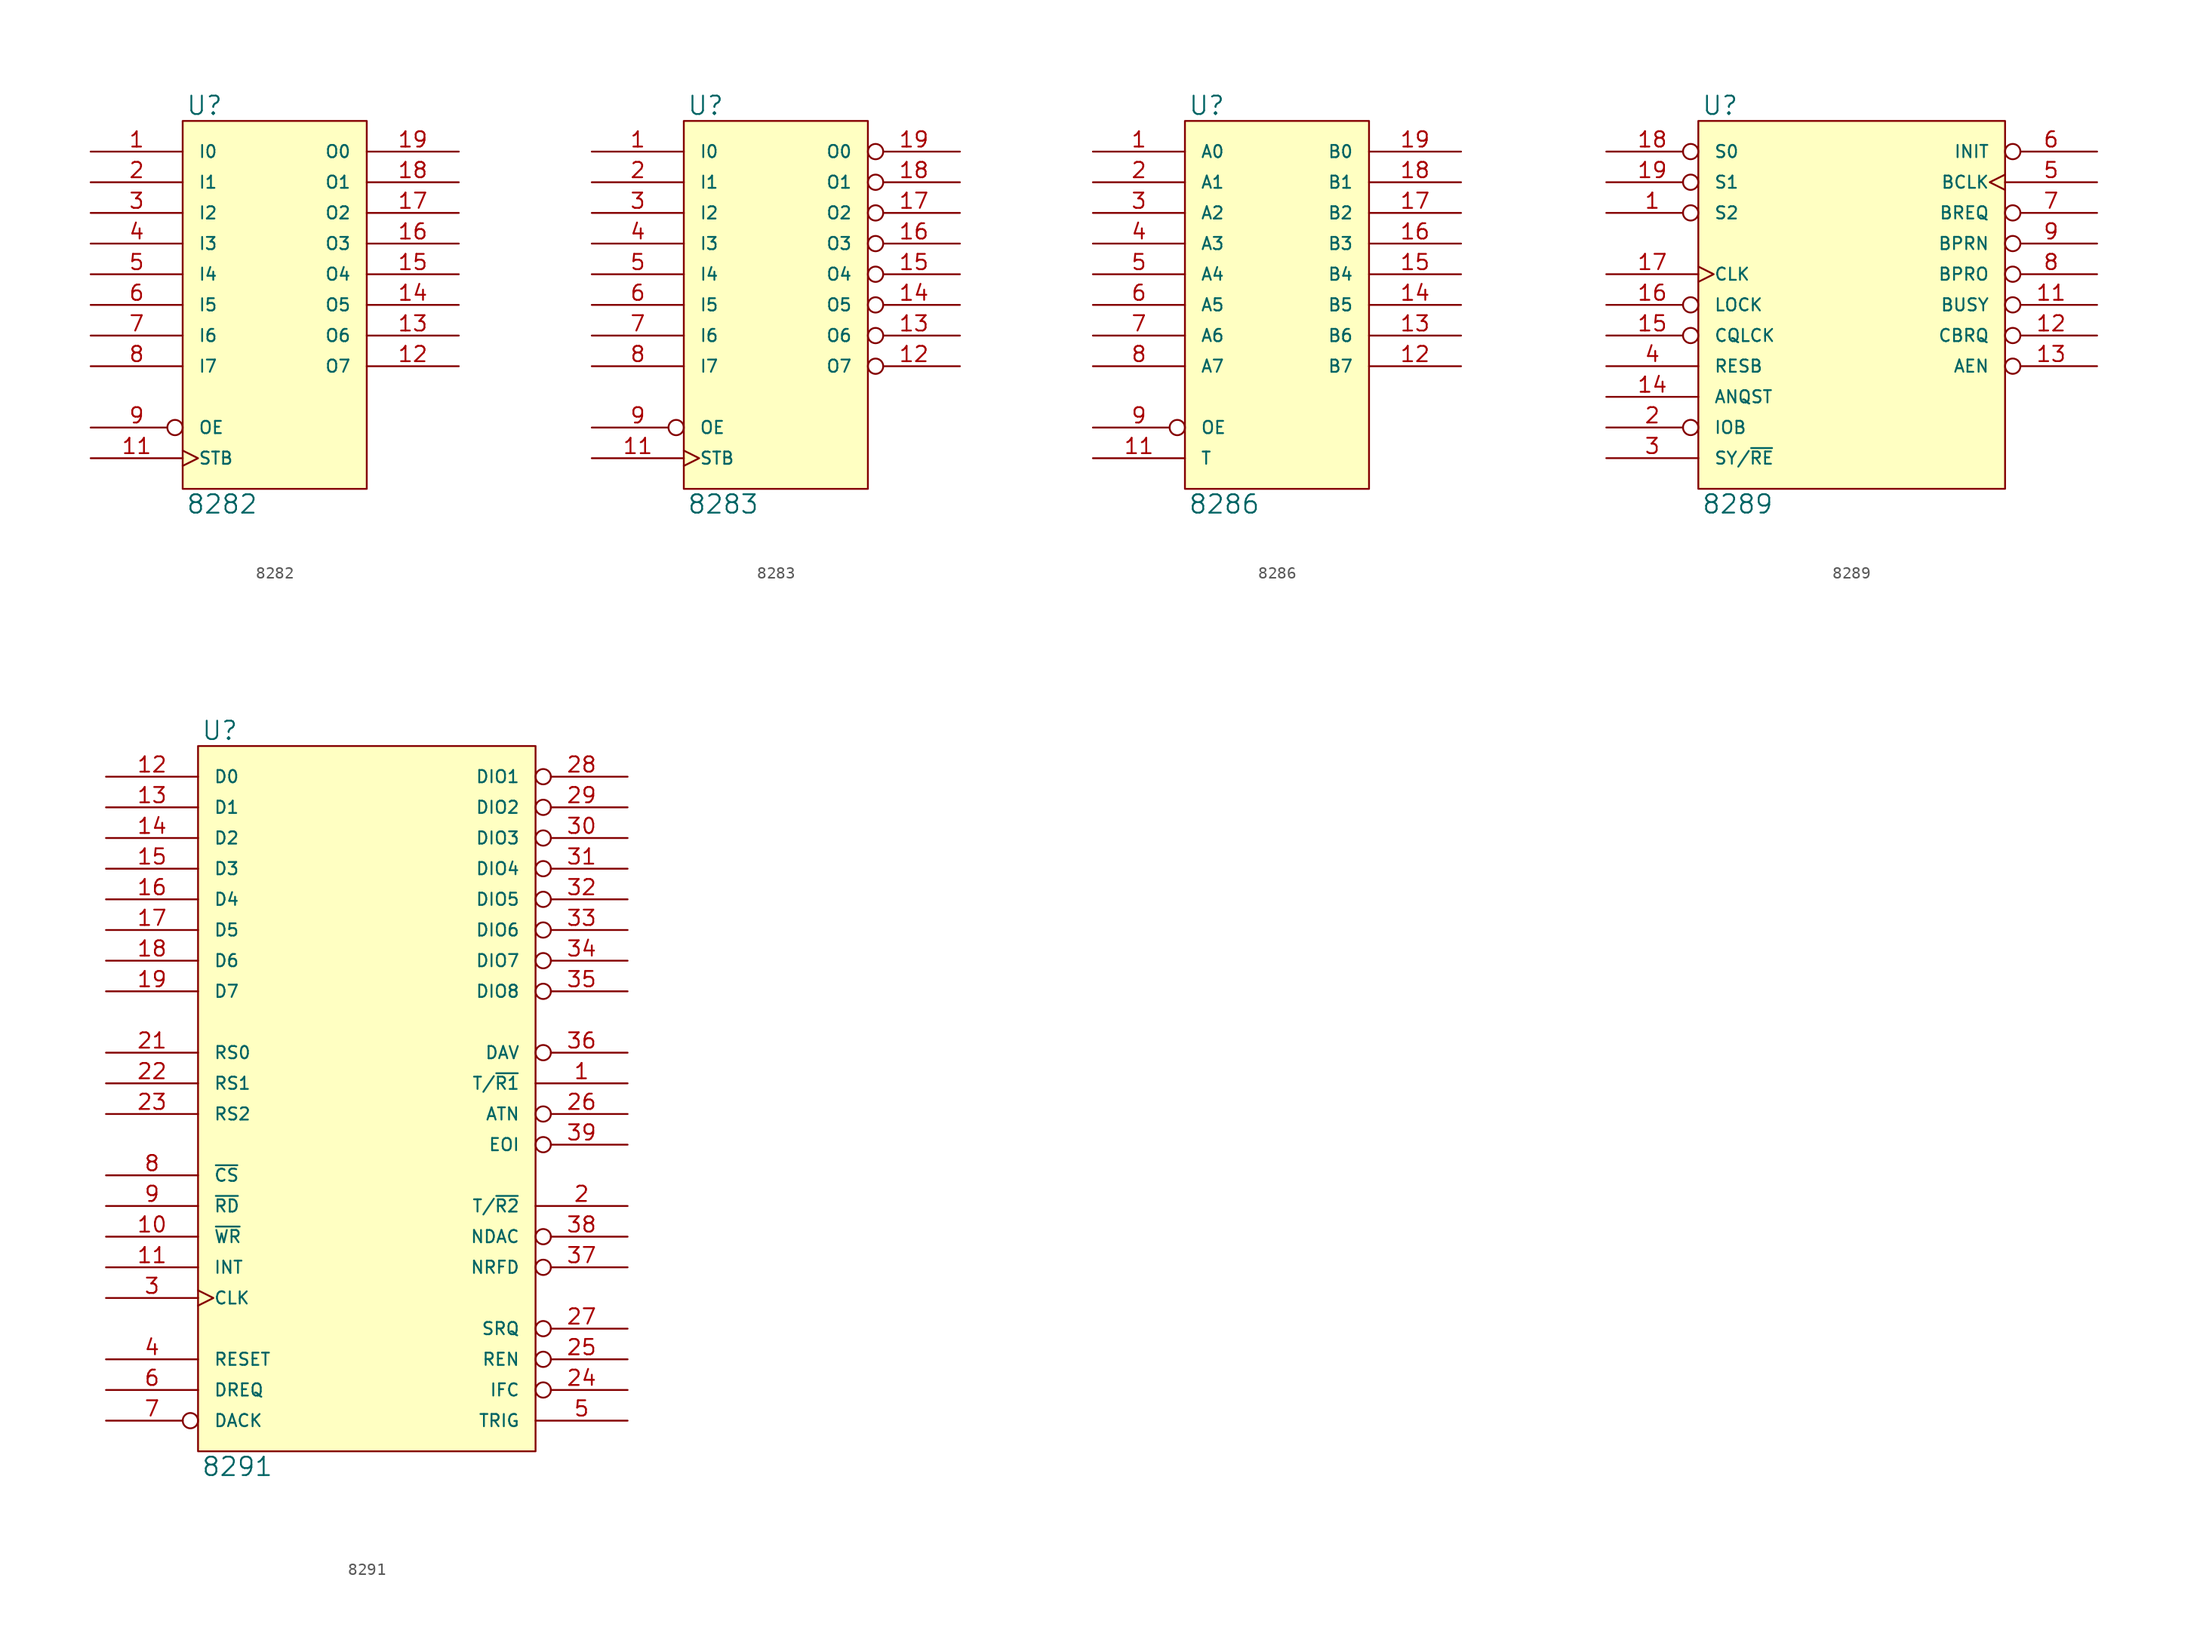
<source format=kicad_sym>
(kicad_symbol_lib
  (version 20231120)
  (generator "kicad_symbol_editor")
  (generator_version "8.0")
  (symbol "8282"
    (pin_names
      (offset 1.27))
    (property "Reference" "U"
      (at 0.254 0.381 0)
      (effects (font (size 1.524 1.524)) (justify left bottom)))
    (property "Value" "8282"
      (at 0.254 -30.861 0)
      (effects (font (size 1.524 1.524)) (justify left top)))
    (symbol "8282_0_1"
      (rectangle (start 0 0) (end 15.24 -30.48) (stroke (width 0) (type solid)) (fill (type background))))
    (symbol "8282_1_1"
      (pin input line (at -7.62 -2.54 0) (length 7.62) (name "I0" (effects (font (size 1.016 1.016)))) (number "1" (effects (font (size 1.27 1.27)))))
      (pin power_in line (at 0 -30.48 90) (length 0) hide (name "GND" (effects (font (size 1.016 1.016)))) (number "10" (effects (font (size 1.27 1.27)))))
      (pin input clock (at -7.62 -27.94 0) (length 7.62) (name "STB" (effects (font (size 1.016 1.016)))) (number "11" (effects (font (size 1.27 1.27)))))
      (pin output line (at 22.86 -20.32 180) (length 7.62) (name "O7" (effects (font (size 1.016 1.016)))) (number "12" (effects (font (size 1.27 1.27)))))
      (pin output line (at 22.86 -17.78 180) (length 7.62) (name "O6" (effects (font (size 1.016 1.016)))) (number "13" (effects (font (size 1.27 1.27)))))
      (pin output line (at 22.86 -15.24 180) (length 7.62) (name "O5" (effects (font (size 1.016 1.016)))) (number "14" (effects (font (size 1.27 1.27)))))
      (pin output line (at 22.86 -12.7 180) (length 7.62) (name "O4" (effects (font (size 1.016 1.016)))) (number "15" (effects (font (size 1.27 1.27)))))
      (pin output line (at 22.86 -10.16 180) (length 7.62) (name "O3" (effects (font (size 1.016 1.016)))) (number "16" (effects (font (size 1.27 1.27)))))
      (pin output line (at 22.86 -7.62 180) (length 7.62) (name "O2" (effects (font (size 1.016 1.016)))) (number "17" (effects (font (size 1.27 1.27)))))
      (pin output line (at 22.86 -5.08 180) (length 7.62) (name "O1" (effects (font (size 1.016 1.016)))) (number "18" (effects (font (size 1.27 1.27)))))
      (pin output line (at 22.86 -2.54 180) (length 7.62) (name "O0" (effects (font (size 1.016 1.016)))) (number "19" (effects (font (size 1.27 1.27)))))
      (pin input line (at -7.62 -5.08 0) (length 7.62) (name "I1" (effects (font (size 1.016 1.016)))) (number "2" (effects (font (size 1.27 1.27)))))
      (pin power_in line (at 0 0 270) (length 0) hide (name "VCC" (effects (font (size 1.016 1.016)))) (number "20" (effects (font (size 1.27 1.27)))))
      (pin input line (at -7.62 -7.62 0) (length 7.62) (name "I2" (effects (font (size 1.016 1.016)))) (number "3" (effects (font (size 1.27 1.27)))))
      (pin input line (at -7.62 -10.16 0) (length 7.62) (name "I3" (effects (font (size 1.016 1.016)))) (number "4" (effects (font (size 1.27 1.27)))))
      (pin input line (at -7.62 -12.7 0) (length 7.62) (name "I4" (effects (font (size 1.016 1.016)))) (number "5" (effects (font (size 1.27 1.27)))))
      (pin input line (at -7.62 -15.24 0) (length 7.62) (name "I5" (effects (font (size 1.016 1.016)))) (number "6" (effects (font (size 1.27 1.27)))))
      (pin input line (at -7.62 -17.78 0) (length 7.62) (name "I6" (effects (font (size 1.016 1.016)))) (number "7" (effects (font (size 1.27 1.27)))))
      (pin input line (at -7.62 -20.32 0) (length 7.62) (name "I7" (effects (font (size 1.016 1.016)))) (number "8" (effects (font (size 1.27 1.27)))))
      (pin input inverted (at -7.62 -25.4 0) (length 7.62) (name "OE" (effects (font (size 1.016 1.016)))) (number "9" (effects (font (size 1.27 1.27)))))))
  (symbol "8283"
    (pin_names
      (offset 1.27))
    (property "Reference" "U"
      (at 0.254 0.381 0)
      (effects (font (size 1.524 1.524)) (justify left bottom)))
    (property "Value" "8283"
      (at 0.254 -30.861 0)
      (effects (font (size 1.524 1.524)) (justify left top)))
    (symbol "8283_0_1"
      (rectangle (start 0 0) (end 15.24 -30.48) (stroke (width 0) (type solid)) (fill (type background))))
    (symbol "8283_1_1"
      (pin input line (at -7.62 -2.54 0) (length 7.62) (name "I0" (effects (font (size 1.016 1.016)))) (number "1" (effects (font (size 1.27 1.27)))))
      (pin power_in line (at 0 -30.48 90) (length 0) hide (name "GND" (effects (font (size 1.016 1.016)))) (number "10" (effects (font (size 1.27 1.27)))))
      (pin input clock (at -7.62 -27.94 0) (length 7.62) (name "STB" (effects (font (size 1.016 1.016)))) (number "11" (effects (font (size 1.27 1.27)))))
      (pin output inverted (at 22.86 -20.32 180) (length 7.62) (name "O7" (effects (font (size 1.016 1.016)))) (number "12" (effects (font (size 1.27 1.27)))))
      (pin output inverted (at 22.86 -17.78 180) (length 7.62) (name "O6" (effects (font (size 1.016 1.016)))) (number "13" (effects (font (size 1.27 1.27)))))
      (pin output inverted (at 22.86 -15.24 180) (length 7.62) (name "O5" (effects (font (size 1.016 1.016)))) (number "14" (effects (font (size 1.27 1.27)))))
      (pin output inverted (at 22.86 -12.7 180) (length 7.62) (name "O4" (effects (font (size 1.016 1.016)))) (number "15" (effects (font (size 1.27 1.27)))))
      (pin output inverted (at 22.86 -10.16 180) (length 7.62) (name "O3" (effects (font (size 1.016 1.016)))) (number "16" (effects (font (size 1.27 1.27)))))
      (pin output inverted (at 22.86 -7.62 180) (length 7.62) (name "O2" (effects (font (size 1.016 1.016)))) (number "17" (effects (font (size 1.27 1.27)))))
      (pin output inverted (at 22.86 -5.08 180) (length 7.62) (name "O1" (effects (font (size 1.016 1.016)))) (number "18" (effects (font (size 1.27 1.27)))))
      (pin output inverted (at 22.86 -2.54 180) (length 7.62) (name "O0" (effects (font (size 1.016 1.016)))) (number "19" (effects (font (size 1.27 1.27)))))
      (pin input line (at -7.62 -5.08 0) (length 7.62) (name "I1" (effects (font (size 1.016 1.016)))) (number "2" (effects (font (size 1.27 1.27)))))
      (pin power_in line (at 0 0 270) (length 0) hide (name "VCC" (effects (font (size 1.016 1.016)))) (number "20" (effects (font (size 1.27 1.27)))))
      (pin input line (at -7.62 -7.62 0) (length 7.62) (name "I2" (effects (font (size 1.016 1.016)))) (number "3" (effects (font (size 1.27 1.27)))))
      (pin input line (at -7.62 -10.16 0) (length 7.62) (name "I3" (effects (font (size 1.016 1.016)))) (number "4" (effects (font (size 1.27 1.27)))))
      (pin input line (at -7.62 -12.7 0) (length 7.62) (name "I4" (effects (font (size 1.016 1.016)))) (number "5" (effects (font (size 1.27 1.27)))))
      (pin input line (at -7.62 -15.24 0) (length 7.62) (name "I5" (effects (font (size 1.016 1.016)))) (number "6" (effects (font (size 1.27 1.27)))))
      (pin input line (at -7.62 -17.78 0) (length 7.62) (name "I6" (effects (font (size 1.016 1.016)))) (number "7" (effects (font (size 1.27 1.27)))))
      (pin input line (at -7.62 -20.32 0) (length 7.62) (name "I7" (effects (font (size 1.016 1.016)))) (number "8" (effects (font (size 1.27 1.27)))))
      (pin input inverted (at -7.62 -25.4 0) (length 7.62) (name "OE" (effects (font (size 1.016 1.016)))) (number "9" (effects (font (size 1.27 1.27)))))))
  (symbol "8286"
    (pin_names
      (offset 1.27))
    (property "Reference" "U"
      (at 0.254 0.381 0)
      (effects (font (size 1.524 1.524)) (justify left bottom)))
    (property "Value" "8286"
      (at 0.254 -30.861 0)
      (effects (font (size 1.524 1.524)) (justify left top)))
    (symbol "8286_0_1"
      (rectangle (start 0 0) (end 15.24 -30.48) (stroke (width 0) (type solid)) (fill (type background))))
    (symbol "8286_1_1"
      (pin input line (at -7.62 -2.54 0) (length 7.62) (name "A0" (effects (font (size 1.016 1.016)))) (number "1" (effects (font (size 1.27 1.27)))))
      (pin power_in line (at 0 -30.48 90) (length 0) hide (name "GND" (effects (font (size 1.016 1.016)))) (number "10" (effects (font (size 1.27 1.27)))))
      (pin input line (at -7.62 -27.94 0) (length 7.62) (name "T" (effects (font (size 1.016 1.016)))) (number "11" (effects (font (size 1.27 1.27)))))
      (pin output line (at 22.86 -20.32 180) (length 7.62) (name "B7" (effects (font (size 1.016 1.016)))) (number "12" (effects (font (size 1.27 1.27)))))
      (pin output line (at 22.86 -17.78 180) (length 7.62) (name "B6" (effects (font (size 1.016 1.016)))) (number "13" (effects (font (size 1.27 1.27)))))
      (pin output line (at 22.86 -15.24 180) (length 7.62) (name "B5" (effects (font (size 1.016 1.016)))) (number "14" (effects (font (size 1.27 1.27)))))
      (pin output line (at 22.86 -12.7 180) (length 7.62) (name "B4" (effects (font (size 1.016 1.016)))) (number "15" (effects (font (size 1.27 1.27)))))
      (pin output line (at 22.86 -10.16 180) (length 7.62) (name "B3" (effects (font (size 1.016 1.016)))) (number "16" (effects (font (size 1.27 1.27)))))
      (pin output line (at 22.86 -7.62 180) (length 7.62) (name "B2" (effects (font (size 1.016 1.016)))) (number "17" (effects (font (size 1.27 1.27)))))
      (pin output line (at 22.86 -5.08 180) (length 7.62) (name "B1" (effects (font (size 1.016 1.016)))) (number "18" (effects (font (size 1.27 1.27)))))
      (pin output line (at 22.86 -2.54 180) (length 7.62) (name "B0" (effects (font (size 1.016 1.016)))) (number "19" (effects (font (size 1.27 1.27)))))
      (pin input line (at -7.62 -5.08 0) (length 7.62) (name "A1" (effects (font (size 1.016 1.016)))) (number "2" (effects (font (size 1.27 1.27)))))
      (pin power_in line (at 0 0 270) (length 0) hide (name "VCC" (effects (font (size 1.016 1.016)))) (number "20" (effects (font (size 1.27 1.27)))))
      (pin input line (at -7.62 -7.62 0) (length 7.62) (name "A2" (effects (font (size 1.016 1.016)))) (number "3" (effects (font (size 1.27 1.27)))))
      (pin input line (at -7.62 -10.16 0) (length 7.62) (name "A3" (effects (font (size 1.016 1.016)))) (number "4" (effects (font (size 1.27 1.27)))))
      (pin input line (at -7.62 -12.7 0) (length 7.62) (name "A4" (effects (font (size 1.016 1.016)))) (number "5" (effects (font (size 1.27 1.27)))))
      (pin input line (at -7.62 -15.24 0) (length 7.62) (name "A5" (effects (font (size 1.016 1.016)))) (number "6" (effects (font (size 1.27 1.27)))))
      (pin input line (at -7.62 -17.78 0) (length 7.62) (name "A6" (effects (font (size 1.016 1.016)))) (number "7" (effects (font (size 1.27 1.27)))))
      (pin input line (at -7.62 -20.32 0) (length 7.62) (name "A7" (effects (font (size 1.016 1.016)))) (number "8" (effects (font (size 1.27 1.27)))))
      (pin input inverted (at -7.62 -25.4 0) (length 7.62) (name "OE" (effects (font (size 1.016 1.016)))) (number "9" (effects (font (size 1.27 1.27)))))))
  (symbol "8289"
    (pin_names
      (offset 1.27))
    (property "Reference" "U"
      (at 0.254 0.381 0)
      (effects (font (size 1.524 1.524)) (justify left bottom)))
    (property "Value" "8289"
      (at 0.254 -30.861 0)
      (effects (font (size 1.524 1.524)) (justify left top)))
    (symbol "8289_0_1"
      (rectangle (start 0 0) (end 25.4 -30.48) (stroke (width 0) (type solid)) (fill (type background))))
    (symbol "8289_1_1"
      (pin input inverted (at -7.62 -7.62 0) (length 7.62) (name "S2" (effects (font (size 1.016 1.016)))) (number "1" (effects (font (size 1.27 1.27)))))
      (pin power_in line (at 0 -30.48 90) (length 0) hide (name "GND" (effects (font (size 1.016 1.016)))) (number "10" (effects (font (size 1.27 1.27)))))
      (pin bidirectional inverted (at 33.02 -15.24 180) (length 7.62) (name "BUSY" (effects (font (size 1.016 1.016)))) (number "11" (effects (font (size 1.27 1.27)))))
      (pin bidirectional inverted (at 33.02 -17.78 180) (length 7.62) (name "CBRQ" (effects (font (size 1.016 1.016)))) (number "12" (effects (font (size 1.27 1.27)))))
      (pin output inverted (at 33.02 -20.32 180) (length 7.62) (name "AEN" (effects (font (size 1.016 1.016)))) (number "13" (effects (font (size 1.27 1.27)))))
      (pin input line (at -7.62 -22.86 0) (length 7.62) (name "ANQST" (effects (font (size 1.016 1.016)))) (number "14" (effects (font (size 1.27 1.27)))))
      (pin input inverted (at -7.62 -17.78 0) (length 7.62) (name "CQLCK" (effects (font (size 1.016 1.016)))) (number "15" (effects (font (size 1.27 1.27)))))
      (pin input inverted (at -7.62 -15.24 0) (length 7.62) (name "LOCK" (effects (font (size 1.016 1.016)))) (number "16" (effects (font (size 1.27 1.27)))))
      (pin input clock (at -7.62 -12.7 0) (length 7.62) (name "CLK" (effects (font (size 1.016 1.016)))) (number "17" (effects (font (size 1.27 1.27)))))
      (pin input inverted (at -7.62 -2.54 0) (length 7.62) (name "S0" (effects (font (size 1.016 1.016)))) (number "18" (effects (font (size 1.27 1.27)))))
      (pin input inverted (at -7.62 -5.08 0) (length 7.62) (name "S1" (effects (font (size 1.016 1.016)))) (number "19" (effects (font (size 1.27 1.27)))))
      (pin input inverted (at -7.62 -25.4 0) (length 7.62) (name "IOB" (effects (font (size 1.016 1.016)))) (number "2" (effects (font (size 1.27 1.27)))))
      (pin power_in line (at 0 0 270) (length 0) hide (name "VCC" (effects (font (size 1.016 1.016)))) (number "20" (effects (font (size 1.27 1.27)))))
      (pin input line (at -7.62 -27.94 0) (length 7.62) (name "SY/~{RE}" (effects (font (size 1.016 1.016)))) (number "3" (effects (font (size 1.27 1.27)))))
      (pin input line (at -7.62 -20.32 0) (length 7.62) (name "RESB" (effects (font (size 1.016 1.016)))) (number "4" (effects (font (size 1.27 1.27)))))
      (pin input clock (at 33.02 -5.08 180) (length 7.62) (name "BCLK" (effects (font (size 1.016 1.016)))) (number "5" (effects (font (size 1.27 1.27)))))
      (pin input inverted (at 33.02 -2.54 180) (length 7.62) (name "INIT" (effects (font (size 1.016 1.016)))) (number "6" (effects (font (size 1.27 1.27)))))
      (pin output inverted (at 33.02 -7.62 180) (length 7.62) (name "BREQ" (effects (font (size 1.016 1.016)))) (number "7" (effects (font (size 1.27 1.27)))))
      (pin output inverted (at 33.02 -12.7 180) (length 7.62) (name "BPRO" (effects (font (size 1.016 1.016)))) (number "8" (effects (font (size 1.27 1.27)))))
      (pin input inverted (at 33.02 -10.16 180) (length 7.62) (name "BPRN" (effects (font (size 1.016 1.016)))) (number "9" (effects (font (size 1.27 1.27)))))))
  (symbol "8291"
    (pin_names
      (offset 1.27))
    (property "Reference" "U"
      (at 0.254 0.381 0)
      (effects (font (size 1.524 1.524)) (justify left bottom)))
    (property "Value" "8291"
      (at 0.254 -58.801 0)
      (effects (font (size 1.524 1.524)) (justify left top)))
    (symbol "8291_0_1"
      (rectangle (start 0 0) (end 27.94 -58.42) (stroke (width 0) (type solid)) (fill (type background))))
    (symbol "8291_1_1"
      (pin output line (at 35.56 -27.94 180) (length 7.62) (name "T/~{R1}" (effects (font (size 1.016 1.016)))) (number "1" (effects (font (size 1.27 1.27)))))
      (pin input line (at -7.62 -40.64 0) (length 7.62) (name "~{WR}" (effects (font (size 1.016 1.016)))) (number "10" (effects (font (size 1.27 1.27)))))
      (pin output line (at -7.62 -43.18 0) (length 7.62) (name "INT" (effects (font (size 1.016 1.016)))) (number "11" (effects (font (size 1.27 1.27)))))
      (pin bidirectional line (at -7.62 -2.54 0) (length 7.62) (name "D0" (effects (font (size 1.016 1.016)))) (number "12" (effects (font (size 1.27 1.27)))))
      (pin bidirectional line (at -7.62 -5.08 0) (length 7.62) (name "D1" (effects (font (size 1.016 1.016)))) (number "13" (effects (font (size 1.27 1.27)))))
      (pin bidirectional line (at -7.62 -7.62 0) (length 7.62) (name "D2" (effects (font (size 1.016 1.016)))) (number "14" (effects (font (size 1.27 1.27)))))
      (pin bidirectional line (at -7.62 -10.16 0) (length 7.62) (name "D3" (effects (font (size 1.016 1.016)))) (number "15" (effects (font (size 1.27 1.27)))))
      (pin bidirectional line (at -7.62 -12.7 0) (length 7.62) (name "D4" (effects (font (size 1.016 1.016)))) (number "16" (effects (font (size 1.27 1.27)))))
      (pin bidirectional line (at -7.62 -15.24 0) (length 7.62) (name "D5" (effects (font (size 1.016 1.016)))) (number "17" (effects (font (size 1.27 1.27)))))
      (pin bidirectional line (at -7.62 -17.78 0) (length 7.62) (name "D6" (effects (font (size 1.016 1.016)))) (number "18" (effects (font (size 1.27 1.27)))))
      (pin bidirectional line (at -7.62 -20.32 0) (length 7.62) (name "D7" (effects (font (size 1.016 1.016)))) (number "19" (effects (font (size 1.27 1.27)))))
      (pin output line (at 35.56 -38.1 180) (length 7.62) (name "T/~{R2}" (effects (font (size 1.016 1.016)))) (number "2" (effects (font (size 1.27 1.27)))))
      (pin power_in line (at 0 -58.42 90) (length 0) hide (name "GND" (effects (font (size 1.016 1.016)))) (number "20" (effects (font (size 1.27 1.27)))))
      (pin input line (at -7.62 -25.4 0) (length 7.62) (name "RS0" (effects (font (size 1.016 1.016)))) (number "21" (effects (font (size 1.27 1.27)))))
      (pin input line (at -7.62 -27.94 0) (length 7.62) (name "RS1" (effects (font (size 1.016 1.016)))) (number "22" (effects (font (size 1.27 1.27)))))
      (pin input line (at -7.62 -30.48 0) (length 7.62) (name "RS2" (effects (font (size 1.016 1.016)))) (number "23" (effects (font (size 1.27 1.27)))))
      (pin input inverted (at 35.56 -53.34 180) (length 7.62) (name "IFC" (effects (font (size 1.016 1.016)))) (number "24" (effects (font (size 1.27 1.27)))))
      (pin input inverted (at 35.56 -50.8 180) (length 7.62) (name "REN" (effects (font (size 1.016 1.016)))) (number "25" (effects (font (size 1.27 1.27)))))
      (pin input inverted (at 35.56 -30.48 180) (length 7.62) (name "ATN" (effects (font (size 1.016 1.016)))) (number "26" (effects (font (size 1.27 1.27)))))
      (pin output inverted (at 35.56 -48.26 180) (length 7.62) (name "SRQ" (effects (font (size 1.016 1.016)))) (number "27" (effects (font (size 1.27 1.27)))))
      (pin bidirectional inverted (at 35.56 -2.54 180) (length 7.62) (name "DIO1" (effects (font (size 1.016 1.016)))) (number "28" (effects (font (size 1.27 1.27)))))
      (pin bidirectional inverted (at 35.56 -5.08 180) (length 7.62) (name "DIO2" (effects (font (size 1.016 1.016)))) (number "29" (effects (font (size 1.27 1.27)))))
      (pin input clock (at -7.62 -45.72 0) (length 7.62) (name "CLK" (effects (font (size 1.016 1.016)))) (number "3" (effects (font (size 1.27 1.27)))))
      (pin bidirectional inverted (at 35.56 -7.62 180) (length 7.62) (name "DIO3" (effects (font (size 1.016 1.016)))) (number "30" (effects (font (size 1.27 1.27)))))
      (pin bidirectional inverted (at 35.56 -10.16 180) (length 7.62) (name "DIO4" (effects (font (size 1.016 1.016)))) (number "31" (effects (font (size 1.27 1.27)))))
      (pin bidirectional inverted (at 35.56 -12.7 180) (length 7.62) (name "DIO5" (effects (font (size 1.016 1.016)))) (number "32" (effects (font (size 1.27 1.27)))))
      (pin bidirectional inverted (at 35.56 -15.24 180) (length 7.62) (name "DIO6" (effects (font (size 1.016 1.016)))) (number "33" (effects (font (size 1.27 1.27)))))
      (pin bidirectional inverted (at 35.56 -17.78 180) (length 7.62) (name "DIO7" (effects (font (size 1.016 1.016)))) (number "34" (effects (font (size 1.27 1.27)))))
      (pin bidirectional inverted (at 35.56 -20.32 180) (length 7.62) (name "DIO8" (effects (font (size 1.016 1.016)))) (number "35" (effects (font (size 1.27 1.27)))))
      (pin bidirectional inverted (at 35.56 -25.4 180) (length 7.62) (name "DAV" (effects (font (size 1.016 1.016)))) (number "36" (effects (font (size 1.27 1.27)))))
      (pin bidirectional inverted (at 35.56 -43.18 180) (length 7.62) (name "NRFD" (effects (font (size 1.016 1.016)))) (number "37" (effects (font (size 1.27 1.27)))))
      (pin bidirectional inverted (at 35.56 -40.64 180) (length 7.62) (name "NDAC" (effects (font (size 1.016 1.016)))) (number "38" (effects (font (size 1.27 1.27)))))
      (pin bidirectional inverted (at 35.56 -33.02 180) (length 7.62) (name "EOI" (effects (font (size 1.016 1.016)))) (number "39" (effects (font (size 1.27 1.27)))))
      (pin input line (at -7.62 -50.8 0) (length 7.62) (name "RESET" (effects (font (size 1.016 1.016)))) (number "4" (effects (font (size 1.27 1.27)))))
      (pin power_in line (at 0 0 270) (length 0) hide (name "VCC" (effects (font (size 1.016 1.016)))) (number "40" (effects (font (size 1.27 1.27)))))
      (pin output line (at 35.56 -55.88 180) (length 7.62) (name "TRIG" (effects (font (size 1.016 1.016)))) (number "5" (effects (font (size 1.27 1.27)))))
      (pin output line (at -7.62 -53.34 0) (length 7.62) (name "DREQ" (effects (font (size 1.016 1.016)))) (number "6" (effects (font (size 1.27 1.27)))))
      (pin input inverted (at -7.62 -55.88 0) (length 7.62) (name "DACK" (effects (font (size 1.016 1.016)))) (number "7" (effects (font (size 1.27 1.27)))))
      (pin input line (at -7.62 -35.56 0) (length 7.62) (name "~{CS}" (effects (font (size 1.016 1.016)))) (number "8" (effects (font (size 1.27 1.27)))))
      (pin input line (at -7.62 -38.1 0) (length 7.62) (name "~{RD}" (effects (font (size 1.016 1.016)))) (number "9" (effects (font (size 1.27 1.27))))))))
</source>
